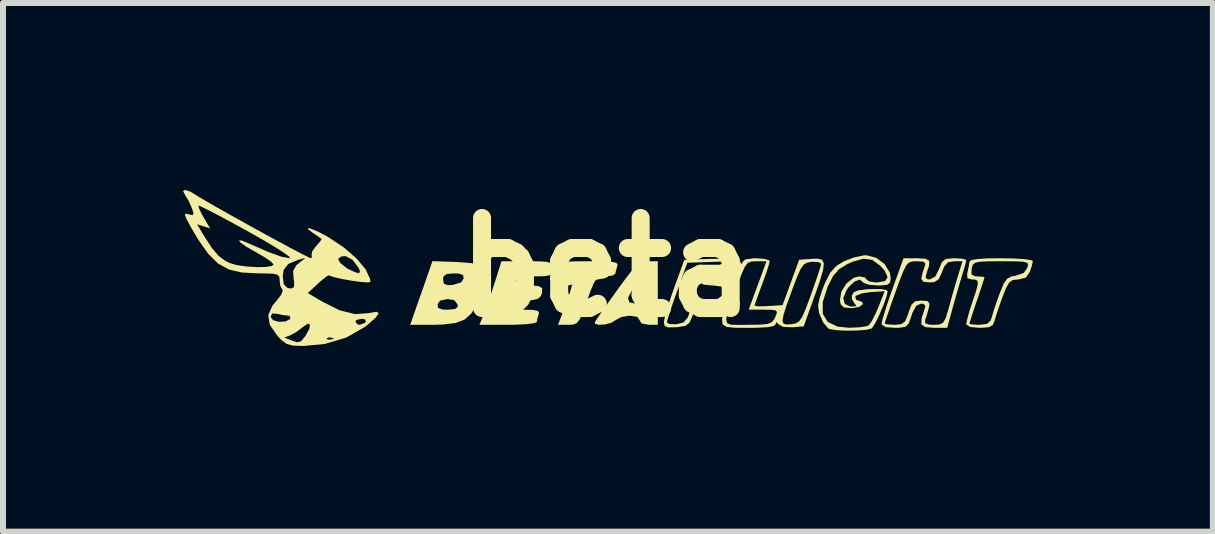
<source format=kicad_pcb>
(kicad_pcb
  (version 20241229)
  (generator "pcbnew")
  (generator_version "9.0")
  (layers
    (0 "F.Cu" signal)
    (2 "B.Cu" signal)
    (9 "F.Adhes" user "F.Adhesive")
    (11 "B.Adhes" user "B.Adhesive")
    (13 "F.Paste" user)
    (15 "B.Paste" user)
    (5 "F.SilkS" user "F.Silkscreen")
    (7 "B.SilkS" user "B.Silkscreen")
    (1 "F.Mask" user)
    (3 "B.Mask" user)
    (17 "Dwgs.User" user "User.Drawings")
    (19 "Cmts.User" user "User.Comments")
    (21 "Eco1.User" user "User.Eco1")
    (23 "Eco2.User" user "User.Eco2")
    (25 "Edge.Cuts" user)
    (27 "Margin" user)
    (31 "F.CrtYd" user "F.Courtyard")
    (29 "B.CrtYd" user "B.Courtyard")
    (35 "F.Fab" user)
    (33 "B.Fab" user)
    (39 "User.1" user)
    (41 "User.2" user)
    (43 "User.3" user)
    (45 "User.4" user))
  (footprint "beta"
    (layer "F.Cu")
    (at 7.053 1.404)
    (property "Reference" "beta" (at 0 0 0) (layer "F.SilkS") (effects (font (size 1.5 1.5) (thickness 0.3))))
    (attr board_only exclude_from_pos_files exclude_from_bom)
    (fp_poly (pts (xy -0.047 -0.099) (xy 0.093 -0.091) (xy 0.166 -0.075) (xy 0.187 -0.046) (xy 0.182 -0.021) (xy 0.155 0.075) (xy 0.151 0.105) (xy 0.107 0.136) (xy -0.000379 0.151) (xy -0.013 0.151) (xy -0.095 0.156) (xy -0.153 0.182) (xy -0.202 0.248) (xy -0.256 0.374) (xy -0.321 0.554) (xy -0.393 0.75) (xy -0.445 0.869) (xy -0.494 0.931) (xy -0.554 0.954) (xy -0.635 0.958) (xy -0.805 0.958) (xy -0.68 0.624) (xy -0.603 0.408) (xy -0.565 0.268) (xy -0.567 0.19) (xy -0.607 0.156) (xy -0.655 0.151) (xy -0.734 0.122) (xy -0.756 0.025) (xy -0.753 -0.033) (xy -0.73 -0.07) (xy -0.67 -0.09) (xy -0.553 -0.099) (xy -0.361 -0.101) (xy -0.272 -0.101)) (stroke (width 0) (type solid)) (fill yes) (layer "F.SilkS"))
    (fp_poly (pts (xy 0.857 0.428) (xy 0.857 0.958) (xy 0.706 0.958) (xy 0.586 0.935) (xy 0.554 0.882) (xy 0.515 0.825) (xy 0.389 0.806) (xy 0.384 0.806) (xy 0.249 0.828) (xy 0.154 0.879) (xy 0.151 0.882) (xy 0.08 0.925) (xy -0.024 0.952) (xy -0.126 0.958) (xy -0.189 0.94) (xy -0.193 0.916) (xy -0.159 0.861) (xy -0.077 0.742) (xy 0.039 0.577) (xy 0.087 0.51) (xy 0.36 0.51) (xy 0.384 0.583) (xy 0.479 0.605) (xy 0.569 0.588) (xy 0.602 0.519) (xy 0.605 0.454) (xy 0.582 0.335) (xy 0.521 0.308) (xy 0.434 0.377) (xy 0.423 0.391) (xy 0.36 0.51) (xy 0.087 0.51) (xy 0.175 0.387) (xy 0.327 0.179) (xy 0.437 0.039) (xy 0.519 -0.044) (xy 0.588 -0.086) (xy 0.659 -0.1) (xy 0.691 -0.101) (xy 0.857 -0.101)) (stroke (width 0) (type solid)) (fill yes) (layer "F.SilkS"))
    (fp_poly (pts (xy -2.5 -0.089) (xy -2.25 -0.07) (xy -2.094 -0.03) (xy -2.024 0.036) (xy -2.036 0.133) (xy -2.102 0.243) (xy -2.169 0.363) (xy -2.163 0.437) (xy -2.163 0.437) (xy -2.139 0.525) (xy -2.174 0.647) (xy -2.254 0.773) (xy -2.362 0.87) (xy -2.365 0.872) (xy -2.51 0.927) (xy -2.723 0.953) (xy -2.889 0.958) (xy -3.268 0.958) (xy -3.15 0.617) (xy -2.813 0.617) (xy -2.804 0.677) (xy -2.734 0.702) (xy -2.646 0.706) (xy -2.523 0.696) (xy -2.478 0.66) (xy -2.479 0.617) (xy -2.535 0.547) (xy -2.646 0.529) (xy -2.77 0.554) (xy -2.813 0.617) (xy -3.15 0.617) (xy -3.083 0.427) (xy -3.005 0.205) (xy -2.721 0.205) (xy -2.705 0.276) (xy -2.636 0.297) (xy -2.558 0.293) (xy -2.423 0.253) (xy -2.378 0.189) (xy -2.387 0.129) (xy -2.459 0.104) (xy -2.541 0.101) (xy -2.664 0.111) (xy -2.714 0.153) (xy -2.721 0.205) (xy -3.005 0.205) (xy -2.898 -0.103)) (stroke (width 0) (type solid)) (fill yes) (layer "F.SilkS"))
    (fp_poly (pts (xy -1.123 -0.1) (xy -0.998 -0.092) (xy -0.934 -0.072) (xy -0.91 -0.033) (xy -0.907 0.025) (xy -0.914 0.095) (xy -0.949 0.133) (xy -1.036 0.148) (xy -1.199 0.151) (xy -1.21 0.151) (xy -1.385 0.157) (xy -1.479 0.178) (xy -1.511 0.218) (xy -1.512 0.227) (xy -1.482 0.277) (xy -1.381 0.299) (xy -1.285 0.302) (xy -1.136 0.311) (xy -1.07 0.345) (xy -1.071 0.421) (xy -1.089 0.475) (xy -1.14 0.525) (xy -1.255 0.55) (xy -1.391 0.554) (xy -1.557 0.561) (xy -1.641 0.586) (xy -1.663 0.63) (xy -1.639 0.675) (xy -1.552 0.699) (xy -1.386 0.706) (xy -1.381 0.706) (xy -1.22 0.71) (xy -1.14 0.727) (xy -1.122 0.763) (xy -1.129 0.785) (xy -1.156 0.881) (xy -1.159 0.911) (xy -1.206 0.931) (xy -1.331 0.947) (xy -1.514 0.956) (xy -1.637 0.958) (xy -2.115 0.958) (xy -2.047 0.794) (xy -1.997 0.663) (xy -1.932 0.476) (xy -1.866 0.272) (xy -1.863 0.265) (xy -1.748 -0.101) (xy -1.328 -0.101)) (stroke (width 0) (type solid)) (fill yes) (layer "F.SilkS"))
    (fp_poly (pts (xy 6.797 -0.147) (xy 6.971 -0.136) (xy 7.08 -0.119) (xy 7.106 -0.104) (xy 7.089 -0.025) (xy 7.057 0.072) (xy 6.99 0.171) (xy 6.872 0.201) (xy 6.859 0.202) (xy 6.771 0.211) (xy 6.709 0.256) (xy 6.654 0.358) (xy 6.607 0.477) (xy 6.544 0.652) (xy 6.492 0.809) (xy 6.472 0.88) (xy 6.439 0.961) (xy 6.373 0.998) (xy 6.244 1.008) (xy 6.219 1.008) (xy 6.064 0.995) (xy 6 0.955) (xy 5.997 0.941) (xy 6.048 0.941) (xy 6.092 0.952) (xy 6.2 0.957) (xy 6.219 0.958) (xy 6.342 0.943) (xy 6.403 0.886) (xy 6.422 0.829) (xy 6.457 0.71) (xy 6.514 0.542) (xy 6.556 0.429) (xy 6.62 0.272) (xy 6.679 0.188) (xy 6.754 0.151) (xy 6.813 0.142) (xy 6.952 0.095) (xy 7.011 0.013) (xy 7.027 -0.04) (xy 7.015 -0.073) (xy 6.96 -0.092) (xy 6.842 -0.099) (xy 6.646 -0.101) (xy 6.581 -0.101) (xy 6.361 -0.1) (xy 6.222 -0.093) (xy 6.143 -0.076) (xy 6.105 -0.042) (xy 6.088 0.012) (xy 6.086 0.025) (xy 6.083 0.119) (xy 6.142 0.15) (xy 6.181 0.151) (xy 6.272 0.157) (xy 6.3 0.168) (xy 6.285 0.22) (xy 6.245 0.343) (xy 6.188 0.513) (xy 6.174 0.554) (xy 6.114 0.731) (xy 6.07 0.867) (xy 6.048 0.937) (xy 6.048 0.941) (xy 5.997 0.941) (xy 5.997 0.94) (xy 6.013 0.859) (xy 6.053 0.717) (xy 6.098 0.58) (xy 6.161 0.392) (xy 6.189 0.279) (xy 6.183 0.223) (xy 6.142 0.204) (xy 6.092 0.202) (xy 6.016 0.183) (xy 6.011 0.109) (xy 6.016 0.088) (xy 6.041 -0.029) (xy 6.047 -0.088) (xy 6.077 -0.118) (xy 6.176 -0.138) (xy 6.353 -0.149) (xy 6.577 -0.151)) (stroke (width 0) (type solid)) (fill yes) (layer "F.SilkS"))
    (fp_poly (pts (xy 5.318 -0.143) (xy 5.381 -0.106) (xy 5.374 -0.017) (xy 5.343 0.072) (xy 5.318 0.166) (xy 5.35 0.199) (xy 5.39 0.202) (xy 5.479 0.155) (xy 5.544 0.025) (xy 5.592 -0.09) (xy 5.659 -0.14) (xy 5.784 -0.151) (xy 5.8 -0.151) (xy 5.924 -0.144) (xy 5.993 -0.127) (xy 5.997 -0.12) (xy 5.983 -0.058) (xy 5.948 0.066) (xy 5.924 0.144) (xy 5.869 0.326) (xy 5.806 0.547) (xy 5.765 0.693) (xy 5.679 1.008) (xy 5.46 1.008) (xy 5.313 0.996) (xy 5.248 0.949) (xy 5.253 0.846) (xy 5.29 0.734) (xy 5.316 0.641) (xy 5.283 0.608) (xy 5.242 0.605) (xy 5.163 0.64) (xy 5.101 0.755) (xy 5.084 0.806) (xy 5.04 0.932) (xy 4.984 0.991) (xy 4.881 1.007) (xy 4.805 1.008) (xy 4.655 0.996) (xy 4.591 0.958) (xy 4.586 0.936) (xy 4.637 0.936) (xy 4.681 0.951) (xy 4.789 0.957) (xy 4.805 0.958) (xy 4.916 0.947) (xy 4.979 0.898) (xy 5.026 0.782) (xy 5.034 0.756) (xy 5.082 0.626) (xy 5.141 0.568) (xy 5.241 0.554) (xy 5.249 0.554) (xy 5.354 0.564) (xy 5.384 0.607) (xy 5.373 0.676) (xy 5.336 0.805) (xy 5.312 0.877) (xy 5.311 0.932) (xy 5.379 0.955) (xy 5.455 0.958) (xy 5.55 0.953) (xy 5.609 0.924) (xy 5.652 0.849) (xy 5.697 0.706) (xy 5.714 0.643) (xy 5.772 0.435) (xy 5.832 0.229) (xy 5.867 0.113) (xy 5.934 -0.101) (xy 5.793 -0.101) (xy 5.691 -0.083) (xy 5.627 -0.01) (xy 5.594 0.076) (xy 5.54 0.196) (xy 5.467 0.245) (xy 5.389 0.252) (xy 5.283 0.241) (xy 5.247 0.192) (xy 5.27 0.084) (xy 5.29 0.028) (xy 5.316 -0.059) (xy 5.285 -0.094) (xy 5.176 -0.101) (xy 5.17 -0.101) (xy 5.095 -0.098) (xy 5.039 -0.078) (xy 4.991 -0.024) (xy 4.941 0.08) (xy 4.875 0.251) (xy 4.819 0.407) (xy 4.744 0.616) (xy 4.685 0.788) (xy 4.647 0.901) (xy 4.637 0.936) (xy 4.586 0.936) (xy 4.602 0.861) (xy 4.647 0.715) (xy 4.711 0.52) (xy 4.768 0.357) (xy 4.951 -0.151) (xy 5.172 -0.151)) (stroke (width 0) (type solid)) (fill yes) (layer "F.SilkS"))
    (fp_poly (pts (xy 4.494 -0.16) (xy 4.636 -0.054) (xy 4.723 0.09) (xy 4.737 0.174) (xy 4.728 0.254) (xy 4.682 0.291) (xy 4.572 0.302) (xy 4.515 0.302) (xy 4.372 0.29) (xy 4.284 0.258) (xy 4.272 0.243) (xy 4.221 0.205) (xy 4.135 0.237) (xy 4.039 0.327) (xy 4.004 0.375) (xy 3.948 0.511) (xy 3.972 0.61) (xy 4.07 0.654) (xy 4.093 0.654) (xy 4.166 0.645) (xy 4.144 0.613) (xy 4.14 0.611) (xy 4.091 0.531) (xy 4.09 0.473) (xy 4.119 0.416) (xy 4.195 0.384) (xy 4.342 0.366) (xy 4.398 0.363) (xy 4.565 0.362) (xy 4.666 0.379) (xy 4.687 0.399) (xy 4.667 0.49) (xy 4.617 0.63) (xy 4.551 0.785) (xy 4.484 0.923) (xy 4.43 1.008) (xy 4.418 1.019) (xy 4.333 1.041) (xy 4.184 1.053) (xy 4.009 1.056) (xy 3.845 1.048) (xy 3.727 1.031) (xy 3.699 1.02) (xy 3.611 0.917) (xy 3.546 0.765) (xy 3.527 0.646) (xy 3.539 0.58) (xy 3.605 0.58) (xy 3.606 0.775) (xy 3.689 0.911) (xy 3.853 0.988) (xy 4.048 1.007) (xy 4.209 1) (xy 4.331 0.982) (xy 4.368 0.969) (xy 4.418 0.904) (xy 4.484 0.776) (xy 4.532 0.665) (xy 4.637 0.398) (xy 4.401 0.413) (xy 4.255 0.435) (xy 4.161 0.472) (xy 4.145 0.491) (xy 4.167 0.545) (xy 4.208 0.554) (xy 4.269 0.584) (xy 4.271 0.617) (xy 4.212 0.66) (xy 4.094 0.68) (xy 4.078 0.68) (xy 3.958 0.669) (xy 3.905 0.619) (xy 3.891 0.552) (xy 3.915 0.406) (xy 4 0.269) (xy 4.121 0.174) (xy 4.212 0.151) (xy 4.305 0.169) (xy 4.334 0.202) (xy 4.378 0.235) (xy 4.487 0.252) (xy 4.511 0.252) (xy 4.644 0.23) (xy 4.686 0.164) (xy 4.638 0.057) (xy 4.563 -0.027) (xy 4.431 -0.123) (xy 4.284 -0.144) (xy 4.099 -0.092) (xy 4.01 -0.051) (xy 3.875 0.033) (xy 3.777 0.146) (xy 3.688 0.322) (xy 3.686 0.326) (xy 3.605 0.58) (xy 3.539 0.58) (xy 3.547 0.535) (xy 3.597 0.376) (xy 3.641 0.264) (xy 3.731 0.088) (xy 3.834 -0.025) (xy 3.959 -0.101) (xy 4.126 -0.165) (xy 4.289 -0.199) (xy 4.327 -0.202)) (stroke (width 0) (type solid)) (fill yes) (layer "F.SilkS"))
    (fp_poly (pts (xy 2.63 -0.141) (xy 2.711 -0.117) (xy 2.721 -0.102) (xy 2.705 -0.033) (xy 2.661 0.101) (xy 2.599 0.273) (xy 2.595 0.282) (xy 2.533 0.45) (xy 2.488 0.577) (xy 2.47 0.638) (xy 2.469 0.639) (xy 2.514 0.649) (xy 2.629 0.649) (xy 2.703 0.645) (xy 2.936 0.63) (xy 3.074 0.252) (xy 3.212 -0.126) (xy 3.42 -0.141) (xy 3.528 -0.144) (xy 3.596 -0.124) (xy 3.623 -0.066) (xy 3.612 0.042) (xy 3.562 0.214) (xy 3.475 0.464) (xy 3.458 0.51) (xy 3.288 0.983) (xy 3.098 0.999) (xy 2.946 0.993) (xy 2.866 0.948) (xy 2.831 0.91) (xy 2.823 0.945) (xy 2.79 0.977) (xy 2.685 0.998) (xy 2.495 1.007) (xy 2.369 1.008) (xy 2.14 1.007) (xy 2 0.992) (xy 1.934 0.948) (xy 1.929 0.869) (xy 1.996 0.869) (xy 2.012 0.93) (xy 2.074 0.956) (xy 2.186 0.96) (xy 2.352 0.958) (xy 2.357 0.958) (xy 2.558 0.955) (xy 2.681 0.945) (xy 2.752 0.919) (xy 2.779 0.887) (xy 2.935 0.887) (xy 2.951 0.937) (xy 3.001 0.953) (xy 3.08 0.948) (xy 3.154 0.935) (xy 3.21 0.902) (xy 3.26 0.831) (xy 3.317 0.704) (xy 3.392 0.503) (xy 3.408 0.46) (xy 3.48 0.255) (xy 3.537 0.085) (xy 3.572 -0.028) (xy 3.578 -0.06) (xy 3.535 -0.088) (xy 3.429 -0.092) (xy 3.419 -0.091) (xy 3.344 -0.078) (xy 3.287 -0.045) (xy 3.236 0.028) (xy 3.178 0.158) (xy 3.1 0.363) (xy 3.095 0.378) (xy 3.006 0.622) (xy 2.953 0.787) (xy 2.935 0.887) (xy 2.779 0.887) (xy 2.793 0.871) (xy 2.813 0.832) (xy 2.842 0.757) (xy 2.828 0.72) (xy 2.749 0.707) (xy 2.621 0.706) (xy 2.371 0.706) (xy 2.52 0.302) (xy 2.668 -0.101) (xy 2.498 -0.101) (xy 2.415 -0.097) (xy 2.356 -0.073) (xy 2.307 -0.01) (xy 2.254 0.109) (xy 2.182 0.305) (xy 2.178 0.315) (xy 2.083 0.576) (xy 2.021 0.756) (xy 1.996 0.869) (xy 1.929 0.869) (xy 1.929 0.859) (xy 1.972 0.708) (xy 2.016 0.58) (xy 2.069 0.418) (xy 2.106 0.295) (xy 2.117 0.244) (xy 2.072 0.221) (xy 1.957 0.21) (xy 1.877 0.21) (xy 1.743 0.216) (xy 1.705 0.222) (xy 1.757 0.231) (xy 1.827 0.238) (xy 1.954 0.262) (xy 2.007 0.311) (xy 2.015 0.368) (xy 1.993 0.499) (xy 1.918 0.574) (xy 1.768 0.609) (xy 1.717 0.614) (xy 1.575 0.632) (xy 1.498 0.675) (xy 1.449 0.769) (xy 1.436 0.806) (xy 1.387 0.921) (xy 1.318 0.975) (xy 1.19 0.996) (xy 1.168 0.998) (xy 1.033 1.001) (xy 0.972 0.977) (xy 0.958 0.917) (xy 1.008 0.917) (xy 1.051 0.945) (xy 1.157 0.949) (xy 1.168 0.948) (xy 1.284 0.919) (xy 1.353 0.84) (xy 1.386 0.756) (xy 1.433 0.644) (xy 1.498 0.59) (xy 1.619 0.567) (xy 1.666 0.563) (xy 1.844 0.532) (xy 1.939 0.464) (xy 1.965 0.365) (xy 1.918 0.321) (xy 1.784 0.303) (xy 1.76 0.302) (xy 1.62 0.289) (xy 1.569 0.255) (xy 1.599 0.215) (xy 1.705 0.179) (xy 1.842 0.161) (xy 2.028 0.133) (xy 2.131 0.074) (xy 2.166 -0.027) (xy 2.166 -0.04) (xy 2.14 -0.073) (xy 2.05 -0.09) (xy 1.883 -0.094) (xy 1.758 -0.09) (xy 1.349 -0.076) (xy 1.179 0.397) (xy 1.106 0.602) (xy 1.049 0.772) (xy 1.015 0.885) (xy 1.008 0.917) (xy 0.958 0.917) (xy 0.958 0.916) (xy 0.974 0.829) (xy 1.019 0.673) (xy 1.083 0.474) (xy 1.128 0.346) (xy 1.299 -0.126) (xy 1.741 -0.141) (xy 1.981 -0.143) (xy 2.133 -0.131) (xy 2.213 -0.104) (xy 2.225 -0.09) (xy 2.26 -0.052) (xy 2.267 -0.088) (xy 2.316 -0.132) (xy 2.456 -0.151) (xy 2.495 -0.151)) (stroke (width 0) (type solid)) (fill yes) (layer "F.SilkS"))
    (fp_poly (pts (xy -6.931 -1.261) (xy -6.869 -1.223) (xy -6.779 -1.167) (xy -6.624 -1.076) (xy -6.42 -0.96) (xy -6.183 -0.827) (xy -5.929 -0.686) (xy -5.673 -0.545) (xy -5.431 -0.414) (xy -5.22 -0.3) (xy -5.053 -0.213) (xy -4.949 -0.162) (xy -4.921 -0.151) (xy -4.904 -0.183) (xy -4.913 -0.2) (xy -4.902 -0.266) (xy -4.836 -0.355) (xy -4.766 -0.434) (xy -4.745 -0.474) (xy -4.746 -0.474) (xy -4.795 -0.509) (xy -4.887 -0.571) (xy -4.968 -0.633) (xy -4.972 -0.655) (xy -4.913 -0.641) (xy -4.805 -0.595) (xy -4.662 -0.52) (xy -4.626 -0.499) (xy -4.37 -0.328) (xy -4.161 -0.146) (xy -4.012 0.032) (xy -3.937 0.192) (xy -3.931 0.243) (xy -3.975 0.252) (xy -4.087 0.244) (xy -4.238 0.224) (xy -4.395 0.196) (xy -4.53 0.166) (xy -4.613 0.139) (xy -4.622 0.132) (xy -4.664 0.154) (xy -4.754 0.226) (xy -4.806 0.272) (xy -4.974 0.428) (xy -4.742 0.567) (xy -4.445 0.716) (xy -4.187 0.78) (xy -3.959 0.763) (xy -3.952 0.761) (xy -3.829 0.74) (xy -3.793 0.766) (xy -3.845 0.84) (xy -3.983 0.961) (xy -4.025 0.994) (xy -4.331 1.169) (xy -4.692 1.277) (xy -5.044 1.31) (xy -5.214 1.305) (xy -5.324 1.278) (xy -5.413 1.213) (xy -5.453 1.17) (xy -5.367 1.17) (xy -5.266 1.211) (xy -5.154 1.249) (xy -5.086 1.232) (xy -5.058 1.197) (xy -4.665 1.197) (xy -4.616 1.206) (xy -4.55 1.196) (xy -4.549 1.179) (xy -4.617 1.167) (xy -4.646 1.175) (xy -4.665 1.197) (xy -5.058 1.197) (xy -5.017 1.148) (xy -4.95 1.028) (xy -4.938 0.954) (xy -4.978 0.941) (xy -5.052 0.992) (xy -5.17 1.08) (xy -5.266 1.132) (xy -5.367 1.17) (xy -5.453 1.17) (xy -5.488 1.132) (xy -5.608 0.957) (xy -5.63 0.826) (xy -5.594 0.826) (xy -5.552 0.881) (xy -5.456 0.908) (xy -5.443 0.907) (xy -4.183 0.907) (xy -4.142 0.952) (xy -4.11 0.958) (xy -4.025 0.927) (xy -4.007 0.907) (xy -4.022 0.867) (xy -4.079 0.857) (xy -4.163 0.877) (xy -4.183 0.907) (xy -5.443 0.907) (xy -5.347 0.903) (xy -5.271 0.863) (xy -5.266 0.857) (xy -5.275 0.811) (xy -5.301 0.806) (xy -5.401 0.793) (xy -5.481 0.775) (xy -5.57 0.77) (xy -5.594 0.826) (xy -5.63 0.826) (xy -5.634 0.799) (xy -5.567 0.643) (xy -5.498 0.56) (xy -5.419 0.459) (xy -5.391 0.388) (xy -5.397 0.375) (xy -5.433 0.308) (xy -5.443 0.224) (xy -5.448 0.16) (xy -5.457 0.149) (xy -5.392 0.149) (xy -5.375 0.285) (xy -5.312 0.345) (xy -5.252 0.353) (xy -5.204 0.328) (xy -5.202 0.238) (xy -5.211 0.19) (xy -5.219 0.059) (xy -5.166 -0.033) (xy -5.129 -0.065) (xy -5.031 -0.144) (xy -4.469 -0.144) (xy -4.441 -0.083) (xy -4.43 -0.069) (xy -4.317 0.021) (xy -4.175 0.086) (xy -4.118 0.098) (xy -4.106 0.064) (xy -4.128 0.008) (xy -4.23 -0.125) (xy -4.345 -0.187) (xy -4.415 -0.181) (xy -4.469 -0.144) (xy -5.031 -0.144) (xy -5.014 -0.158) (xy -5.14 -0.123) (xy -5.3 -0.056) (xy -5.377 0.043) (xy -5.392 0.149) (xy -5.457 0.149) (xy -5.48 0.123) (xy -5.558 0.106) (xy -5.706 0.101) (xy -5.797 0.101) (xy -6.07 0.087) (xy -6.287 0.037) (xy -6.469 -0.063) (xy -6.633 -0.224) (xy -6.799 -0.46) (xy -6.91 -0.647) (xy -6.948 -0.717) (xy -6.819 -0.717) (xy -6.702 -0.522) (xy -6.573 -0.323) (xy -6.461 -0.191) (xy -6.344 -0.105) (xy -6.274 -0.071) (xy -6.155 -0.036) (xy -5.996 -0.014) (xy -5.827 -0.003) (xy -5.676 -0.006) (xy -5.573 -0.023) (xy -5.544 -0.047) (xy -5.585 -0.093) (xy -5.693 -0.168) (xy -5.845 -0.255) (xy -5.847 -0.257) (xy -6.003 -0.346) (xy -6.096 -0.413) (xy -6.122 -0.449) (xy -6.075 -0.446) (xy -5.951 -0.396) (xy -5.936 -0.389) (xy -5.638 -0.258) (xy -5.421 -0.179) (xy -5.279 -0.152) (xy -5.273 -0.152) (xy -5.28 -0.175) (xy -5.365 -0.238) (xy -5.515 -0.334) (xy -5.719 -0.456) (xy -5.965 -0.595) (xy -5.972 -0.599) (xy -6.229 -0.74) (xy -6.454 -0.861) (xy -6.633 -0.954) (xy -6.752 -1.012) (xy -6.797 -1.029) (xy -6.786 -0.98) (xy -6.735 -0.876) (xy -6.709 -0.83) (xy -6.601 -0.648) (xy -6.71 -0.683) (xy -6.819 -0.717) (xy -6.948 -0.717) (xy -6.99 -0.793) (xy -7.023 -0.87) (xy -7.01 -0.894) (xy -6.958 -0.883) (xy -6.889 -0.869) (xy -6.879 -0.907) (xy -6.907 -0.99) (xy -6.965 -1.116) (xy -7.015 -1.196) (xy -7.053 -1.269) (xy -7.019 -1.291)) (stroke (width 0) (type solid)) (fill yes) (layer "F.SilkS")))
  (gr_rect
    (start -3 -3)
    (end 17.159 5.808)
    (stroke (width 0.1) (type default))
    (fill no)
    (layer "Edge.Cuts")))
</source>
